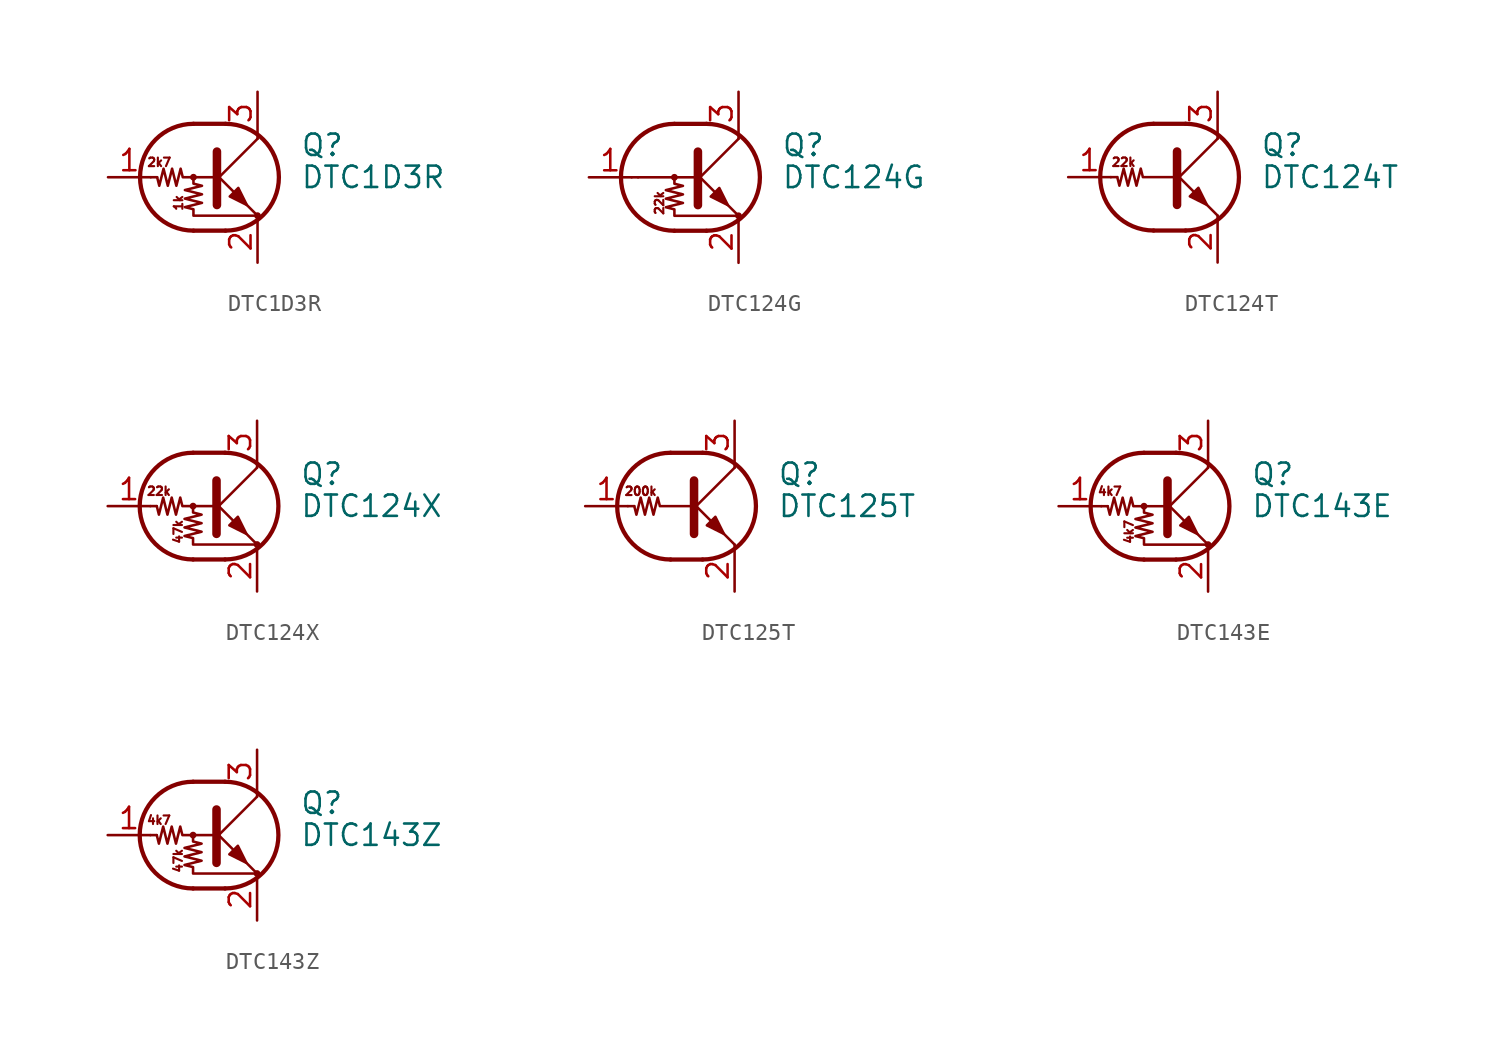
<source format=kicad_sym>
(kicad_symbol_lib
  (version 20201005)
  (generator kicad_symbol_editor)
  (symbol "Transistor_BJT:DTC1D3R"
    (pin_names
      (offset 0) hide)
    (property "Reference" "Q"
      (at 5.08 1.905 0)
      (effects (font (size 1.27 1.27)) (justify left)))
    (property "Value" "DTC1D3R"
      (at 5.08 0 0)
      (effects (font (size 1.27 1.27)) (justify left)))
    (symbol "DTC1D3R_0_0"
      (text "1k" (at -2.159 -1.524 900) (effects (font (size 0.508 0.508))))
      (text "2k7" (at -3.302 0.889 0) (effects (font (size 0.508 0.508)))))
    (symbol "DTC1D3R_0_1"
      (arc (start -1.27 3.175) (end -1.27 -3.175) (radius (at -1.27 0) (length 3.175) (angles 90.1 -90.1)) (stroke (width 0.254)) (fill (type none)))
      (arc (start 0.635 -3.175) (end 0.635 3.175) (radius (at 0.635 0) (length 3.175) (angles -89.9 89.9)) (stroke (width 0.254)) (fill (type none)))
      (circle (center -1.27 0) (radius 0.127) (stroke (width 0)) (fill (type none)))
      (circle (center 2.54 -2.286) (radius 0.127) (stroke (width 0)) (fill (type none)))
      (polyline (pts (xy -3.429 0) (xy -3.81 0)) (stroke (width 0)) (fill (type none)))
      (polyline (pts (xy -1.27 -3.175) (xy 0.635 -3.175)) (stroke (width 0.254)) (fill (type none)))
      (polyline (pts (xy -1.27 3.175) (xy 0.635 3.175)) (stroke (width 0.254)) (fill (type none)))
      (polyline (pts (xy 0 -0.254) (xy 2.54 2.286)) (stroke (width 0)) (fill (type none)))
      (polyline (pts (xy 0.127 1.524) (xy 0.127 -1.651)) (stroke (width 0.508)) (fill (type outline)))
      (polyline (pts (xy 2.54 2.286) (xy 2.54 2.54)) (stroke (width 0)) (fill (type none)))
      (polyline (pts (xy 2.54 -2.286) (xy 0 0.254) (xy 0 0.254)) (stroke (width 0)) (fill (type none)))
      (polyline (pts (xy 0.889 -1.143) (xy 1.397 -0.635) (xy 1.905 -1.651) (xy 0.889 -1.143)) (stroke (width 0)) (fill (type outline)))
      (polyline (pts (xy 0 0) (xy -1.905 0) (xy -2.032 0.508) (xy -2.286 -0.508) (xy -2.54 0.508) (xy -2.794 -0.508) (xy -3.048 0.508) (xy -3.302 -0.508) (xy -3.429 0)) (stroke (width 0)) (fill (type none)))
      (polyline (pts (xy -1.27 0) (xy -1.27 -0.381) (xy -0.762 -0.508) (xy -1.778 -0.762) (xy -0.762 -1.016) (xy -1.778 -1.27) (xy -0.762 -1.524) (xy -1.778 -1.778) (xy -1.27 -1.905) (xy -1.27 -2.286) (xy 2.54 -2.286)) (stroke (width 0)) (fill (type none))))
    (symbol "DTC1D3R_1_1"
      (pin input line (at -6.35 0 0) (length 2.54) (name "B" (effects (font (size 1.27 1.27)))) (number "1" (effects (font (size 1.27 1.27)))))
      (pin passive line (at 2.54 -5.08 90) (length 2.54) (name "E" (effects (font (size 1.27 1.27)))) (number "2" (effects (font (size 1.27 1.27)))))
      (pin passive line (at 2.54 5.08 270) (length 2.54) (name "C" (effects (font (size 1.27 1.27)))) (number "3" (effects (font (size 1.27 1.27)))))))
  (symbol "Transistor_BJT:DTC124G"
    (pin_names
      (offset 0) hide)
    (property "Reference" "Q"
      (at 5.08 1.905 0)
      (effects (font (size 1.27 1.27)) (justify left)))
    (property "Value" "DTC124G"
      (at 5.08 0 0)
      (effects (font (size 1.27 1.27)) (justify left)))
    (symbol "DTC124G_0_0"
      (text "22k" (at -2.159 -1.524 900) (effects (font (size 0.508 0.508))))
      (polyline (pts (xy -3.429 0) (xy 0 0)) (stroke (width 0)) (fill (type none))))
    (symbol "DTC124G_0_1"
      (arc (start -1.27 3.175) (end -1.27 -3.175) (radius (at -1.27 0) (length 3.175) (angles 90.1 -90.1)) (stroke (width 0.254)) (fill (type none)))
      (arc (start 0.635 -3.175) (end 0.635 3.175) (radius (at 0.635 0) (length 3.175) (angles -89.9 89.9)) (stroke (width 0.254)) (fill (type none)))
      (circle (center -1.27 0) (radius 0.127) (stroke (width 0)) (fill (type none)))
      (circle (center 2.54 -2.286) (radius 0.127) (stroke (width 0)) (fill (type none)))
      (polyline (pts (xy -3.429 0) (xy -3.81 0)) (stroke (width 0)) (fill (type none)))
      (polyline (pts (xy -1.27 -3.175) (xy 0.635 -3.175)) (stroke (width 0.254)) (fill (type none)))
      (polyline (pts (xy -1.27 3.175) (xy 0.635 3.175)) (stroke (width 0.254)) (fill (type none)))
      (polyline (pts (xy 0 -0.254) (xy 2.54 2.286)) (stroke (width 0)) (fill (type none)))
      (polyline (pts (xy 0.127 1.524) (xy 0.127 -1.651)) (stroke (width 0.508)) (fill (type outline)))
      (polyline (pts (xy 2.54 2.286) (xy 2.54 2.54)) (stroke (width 0)) (fill (type none)))
      (polyline (pts (xy 2.54 -2.286) (xy 0 0.254) (xy 0 0.254)) (stroke (width 0)) (fill (type none)))
      (polyline (pts (xy 0.889 -1.143) (xy 1.397 -0.635) (xy 1.905 -1.651) (xy 0.889 -1.143)) (stroke (width 0)) (fill (type outline)))
      (polyline (pts (xy -1.27 0) (xy -1.27 -0.381) (xy -0.762 -0.508) (xy -1.778 -0.762) (xy -0.762 -1.016) (xy -1.778 -1.27) (xy -0.762 -1.524) (xy -1.778 -1.778) (xy -1.27 -1.905) (xy -1.27 -2.286) (xy 2.54 -2.286)) (stroke (width 0)) (fill (type none))))
    (symbol "DTC124G_1_1"
      (pin input line (at -6.35 0 0) (length 2.54) (name "B" (effects (font (size 1.27 1.27)))) (number "1" (effects (font (size 1.27 1.27)))))
      (pin passive line (at 2.54 -5.08 90) (length 2.54) (name "E" (effects (font (size 1.27 1.27)))) (number "2" (effects (font (size 1.27 1.27)))))
      (pin passive line (at 2.54 5.08 270) (length 2.54) (name "C" (effects (font (size 1.27 1.27)))) (number "3" (effects (font (size 1.27 1.27)))))))
  (symbol "Transistor_BJT:DTC124T"
    (pin_names
      (offset 0) hide)
    (property "Reference" "Q"
      (at 5.08 1.905 0)
      (effects (font (size 1.27 1.27)) (justify left)))
    (property "Value" "DTC124T"
      (at 5.08 0 0)
      (effects (font (size 1.27 1.27)) (justify left)))
    (symbol "DTC124T_0_0"
      (text "22k" (at -3.048 0.889 0) (effects (font (size 0.508 0.508))))
      (polyline (pts (xy 2.54 -2.286) (xy 2.54 -2.54)) (stroke (width 0)) (fill (type none))))
    (symbol "DTC124T_0_1"
      (arc (start -1.27 3.175) (end -1.27 -3.175) (radius (at -1.27 0) (length 3.175) (angles 90.1 -90.1)) (stroke (width 0.254)) (fill (type none)))
      (arc (start 0.635 -3.175) (end 0.635 3.175) (radius (at 0.635 0) (length 3.175) (angles -89.9 89.9)) (stroke (width 0.254)) (fill (type none)))
      (polyline (pts (xy -3.429 0) (xy -3.81 0)) (stroke (width 0)) (fill (type none)))
      (polyline (pts (xy -1.27 -3.175) (xy 0.635 -3.175)) (stroke (width 0.254)) (fill (type none)))
      (polyline (pts (xy -1.27 3.175) (xy 0.635 3.175)) (stroke (width 0.254)) (fill (type none)))
      (polyline (pts (xy 0 -0.254) (xy 2.54 2.286)) (stroke (width 0)) (fill (type none)))
      (polyline (pts (xy 0.127 1.524) (xy 0.127 -1.651)) (stroke (width 0.508)) (fill (type outline)))
      (polyline (pts (xy 2.54 2.286) (xy 2.54 2.54)) (stroke (width 0)) (fill (type none)))
      (polyline (pts (xy 2.54 -2.286) (xy 0 0.254) (xy 0 0.254)) (stroke (width 0)) (fill (type none)))
      (polyline (pts (xy 0.889 -1.143) (xy 1.397 -0.635) (xy 1.905 -1.651) (xy 0.889 -1.143)) (stroke (width 0)) (fill (type outline)))
      (polyline (pts (xy 0 0) (xy -1.905 0) (xy -2.032 0.508) (xy -2.286 -0.508) (xy -2.54 0.508) (xy -2.794 -0.508) (xy -3.048 0.508) (xy -3.302 -0.508) (xy -3.429 0)) (stroke (width 0)) (fill (type none))))
    (symbol "DTC124T_1_1"
      (pin input line (at -6.35 0 0) (length 2.54) (name "B" (effects (font (size 1.27 1.27)))) (number "1" (effects (font (size 1.27 1.27)))))
      (pin passive line (at 2.54 -5.08 90) (length 2.54) (name "E" (effects (font (size 1.27 1.27)))) (number "2" (effects (font (size 1.27 1.27)))))
      (pin passive line (at 2.54 5.08 270) (length 2.54) (name "C" (effects (font (size 1.27 1.27)))) (number "3" (effects (font (size 1.27 1.27)))))))
  (symbol "Transistor_BJT:DTC124X"
    (pin_names
      (offset 0) hide)
    (property "Reference" "Q"
      (at 5.08 1.905 0)
      (effects (font (size 1.27 1.27)) (justify left)))
    (property "Value" "DTC124X"
      (at 5.08 0 0)
      (effects (font (size 1.27 1.27)) (justify left)))
    (symbol "DTC124X_0_0"
      (text "22k" (at -3.302 0.889 0) (effects (font (size 0.508 0.508))))
      (text "47k" (at -2.159 -1.524 900) (effects (font (size 0.508 0.508)))))
    (symbol "DTC124X_0_1"
      (arc (start -1.27 3.175) (end -1.27 -3.175) (radius (at -1.27 0) (length 3.175) (angles 90.1 -90.1)) (stroke (width 0.254)) (fill (type none)))
      (arc (start 0.635 -3.175) (end 0.635 3.175) (radius (at 0.635 0) (length 3.175) (angles -89.9 89.9)) (stroke (width 0.254)) (fill (type none)))
      (circle (center -1.27 0) (radius 0.127) (stroke (width 0)) (fill (type none)))
      (circle (center 2.54 -2.286) (radius 0.127) (stroke (width 0)) (fill (type none)))
      (polyline (pts (xy -3.429 0) (xy -3.81 0)) (stroke (width 0)) (fill (type none)))
      (polyline (pts (xy -1.27 -3.175) (xy 0.635 -3.175)) (stroke (width 0.254)) (fill (type none)))
      (polyline (pts (xy -1.27 3.175) (xy 0.635 3.175)) (stroke (width 0.254)) (fill (type none)))
      (polyline (pts (xy 0 -0.254) (xy 2.54 2.286)) (stroke (width 0)) (fill (type none)))
      (polyline (pts (xy 0.127 1.524) (xy 0.127 -1.651)) (stroke (width 0.508)) (fill (type outline)))
      (polyline (pts (xy 2.54 2.286) (xy 2.54 2.54)) (stroke (width 0)) (fill (type none)))
      (polyline (pts (xy 2.54 -2.286) (xy 0 0.254) (xy 0 0.254)) (stroke (width 0)) (fill (type none)))
      (polyline (pts (xy 0.889 -1.143) (xy 1.397 -0.635) (xy 1.905 -1.651) (xy 0.889 -1.143)) (stroke (width 0)) (fill (type outline)))
      (polyline (pts (xy 0 0) (xy -1.905 0) (xy -2.032 0.508) (xy -2.286 -0.508) (xy -2.54 0.508) (xy -2.794 -0.508) (xy -3.048 0.508) (xy -3.302 -0.508) (xy -3.429 0)) (stroke (width 0)) (fill (type none)))
      (polyline (pts (xy -1.27 0) (xy -1.27 -0.381) (xy -0.762 -0.508) (xy -1.778 -0.762) (xy -0.762 -1.016) (xy -1.778 -1.27) (xy -0.762 -1.524) (xy -1.778 -1.778) (xy -1.27 -1.905) (xy -1.27 -2.286) (xy 2.54 -2.286)) (stroke (width 0)) (fill (type none))))
    (symbol "DTC124X_1_1"
      (pin input line (at -6.35 0 0) (length 2.54) (name "B" (effects (font (size 1.27 1.27)))) (number "1" (effects (font (size 1.27 1.27)))))
      (pin passive line (at 2.54 -5.08 90) (length 2.54) (name "E" (effects (font (size 1.27 1.27)))) (number "2" (effects (font (size 1.27 1.27)))))
      (pin passive line (at 2.54 5.08 270) (length 2.54) (name "C" (effects (font (size 1.27 1.27)))) (number "3" (effects (font (size 1.27 1.27)))))))
  (symbol "Transistor_BJT:DTC125T"
    (pin_names
      (offset 0) hide)
    (property "Reference" "Q"
      (at 5.08 1.905 0)
      (effects (font (size 1.27 1.27)) (justify left)))
    (property "Value" "DTC125T"
      (at 5.08 0 0)
      (effects (font (size 1.27 1.27)) (justify left)))
    (symbol "DTC125T_0_0"
      (text "200k" (at -3.048 0.889 0) (effects (font (size 0.508 0.508))))
      (polyline (pts (xy 2.54 -2.286) (xy 2.54 -2.54)) (stroke (width 0)) (fill (type none))))
    (symbol "DTC125T_0_1"
      (arc (start -1.27 3.175) (end -1.27 -3.175) (radius (at -1.27 0) (length 3.175) (angles 90.1 -90.1)) (stroke (width 0.254)) (fill (type none)))
      (arc (start 0.635 -3.175) (end 0.635 3.175) (radius (at 0.635 0) (length 3.175) (angles -89.9 89.9)) (stroke (width 0.254)) (fill (type none)))
      (polyline (pts (xy -3.429 0) (xy -3.81 0)) (stroke (width 0)) (fill (type none)))
      (polyline (pts (xy -1.27 -3.175) (xy 0.635 -3.175)) (stroke (width 0.254)) (fill (type none)))
      (polyline (pts (xy -1.27 3.175) (xy 0.635 3.175)) (stroke (width 0.254)) (fill (type none)))
      (polyline (pts (xy 0 -0.254) (xy 2.54 2.286)) (stroke (width 0)) (fill (type none)))
      (polyline (pts (xy 0.127 1.524) (xy 0.127 -1.651)) (stroke (width 0.508)) (fill (type outline)))
      (polyline (pts (xy 2.54 2.286) (xy 2.54 2.54)) (stroke (width 0)) (fill (type none)))
      (polyline (pts (xy 2.54 -2.286) (xy 0 0.254) (xy 0 0.254)) (stroke (width 0)) (fill (type none)))
      (polyline (pts (xy 0.889 -1.143) (xy 1.397 -0.635) (xy 1.905 -1.651) (xy 0.889 -1.143)) (stroke (width 0)) (fill (type outline)))
      (polyline (pts (xy 0 0) (xy -1.905 0) (xy -2.032 0.508) (xy -2.286 -0.508) (xy -2.54 0.508) (xy -2.794 -0.508) (xy -3.048 0.508) (xy -3.302 -0.508) (xy -3.429 0)) (stroke (width 0)) (fill (type none))))
    (symbol "DTC125T_1_1"
      (pin input line (at -6.35 0 0) (length 2.54) (name "B" (effects (font (size 1.27 1.27)))) (number "1" (effects (font (size 1.27 1.27)))))
      (pin passive line (at 2.54 -5.08 90) (length 2.54) (name "E" (effects (font (size 1.27 1.27)))) (number "2" (effects (font (size 1.27 1.27)))))
      (pin passive line (at 2.54 5.08 270) (length 2.54) (name "C" (effects (font (size 1.27 1.27)))) (number "3" (effects (font (size 1.27 1.27)))))))
  (symbol "Transistor_BJT:DTC143E"
    (pin_names
      (offset 0) hide)
    (property "Reference" "Q"
      (at 5.08 1.905 0)
      (effects (font (size 1.27 1.27)) (justify left)))
    (property "Value" "DTC143E"
      (at 5.08 0 0)
      (effects (font (size 1.27 1.27)) (justify left)))
    (symbol "DTC143E_0_0"
      (text "4k7" (at -3.302 0.889 0) (effects (font (size 0.508 0.508))))
      (text "4k7" (at -2.159 -1.524 900) (effects (font (size 0.508 0.508)))))
    (symbol "DTC143E_0_1"
      (arc (start -1.27 3.175) (end -1.27 -3.175) (radius (at -1.27 0) (length 3.175) (angles 90.1 -90.1)) (stroke (width 0.254)) (fill (type none)))
      (arc (start 0.635 -3.175) (end 0.635 3.175) (radius (at 0.635 0) (length 3.175) (angles -89.9 89.9)) (stroke (width 0.254)) (fill (type none)))
      (circle (center -1.27 0) (radius 0.127) (stroke (width 0)) (fill (type none)))
      (circle (center 2.54 -2.286) (radius 0.127) (stroke (width 0)) (fill (type none)))
      (polyline (pts (xy -3.429 0) (xy -3.81 0)) (stroke (width 0)) (fill (type none)))
      (polyline (pts (xy -1.27 -3.175) (xy 0.635 -3.175)) (stroke (width 0.254)) (fill (type none)))
      (polyline (pts (xy -1.27 3.175) (xy 0.635 3.175)) (stroke (width 0.254)) (fill (type none)))
      (polyline (pts (xy 0 -0.254) (xy 2.54 2.286)) (stroke (width 0)) (fill (type none)))
      (polyline (pts (xy 0.127 1.524) (xy 0.127 -1.651)) (stroke (width 0.508)) (fill (type outline)))
      (polyline (pts (xy 2.54 2.286) (xy 2.54 2.54)) (stroke (width 0)) (fill (type none)))
      (polyline (pts (xy 2.54 -2.286) (xy 0 0.254) (xy 0 0.254)) (stroke (width 0)) (fill (type none)))
      (polyline (pts (xy 0.889 -1.143) (xy 1.397 -0.635) (xy 1.905 -1.651) (xy 0.889 -1.143)) (stroke (width 0)) (fill (type outline)))
      (polyline (pts (xy 0 0) (xy -1.905 0) (xy -2.032 0.508) (xy -2.286 -0.508) (xy -2.54 0.508) (xy -2.794 -0.508) (xy -3.048 0.508) (xy -3.302 -0.508) (xy -3.429 0)) (stroke (width 0)) (fill (type none)))
      (polyline (pts (xy -1.27 0) (xy -1.27 -0.381) (xy -0.762 -0.508) (xy -1.778 -0.762) (xy -0.762 -1.016) (xy -1.778 -1.27) (xy -0.762 -1.524) (xy -1.778 -1.778) (xy -1.27 -1.905) (xy -1.27 -2.286) (xy 2.54 -2.286)) (stroke (width 0)) (fill (type none))))
    (symbol "DTC143E_1_1"
      (pin input line (at -6.35 0 0) (length 2.54) (name "B" (effects (font (size 1.27 1.27)))) (number "1" (effects (font (size 1.27 1.27)))))
      (pin passive line (at 2.54 -5.08 90) (length 2.54) (name "E" (effects (font (size 1.27 1.27)))) (number "2" (effects (font (size 1.27 1.27)))))
      (pin passive line (at 2.54 5.08 270) (length 2.54) (name "C" (effects (font (size 1.27 1.27)))) (number "3" (effects (font (size 1.27 1.27)))))))
  (symbol "Transistor_BJT:DTC143Z"
    (pin_names
      (offset 0) hide)
    (property "Reference" "Q"
      (at 5.08 1.905 0)
      (effects (font (size 1.27 1.27)) (justify left)))
    (property "Value" "DTC143Z"
      (at 5.08 0 0)
      (effects (font (size 1.27 1.27)) (justify left)))
    (symbol "DTC143Z_0_0"
      (text "47k" (at -2.159 -1.524 900) (effects (font (size 0.508 0.508))))
      (text "4k7" (at -3.302 0.889 0) (effects (font (size 0.508 0.508)))))
    (symbol "DTC143Z_0_1"
      (arc (start -1.27 3.175) (end -1.27 -3.175) (radius (at -1.27 0) (length 3.175) (angles 90.1 -90.1)) (stroke (width 0.254)) (fill (type none)))
      (arc (start 0.635 -3.175) (end 0.635 3.175) (radius (at 0.635 0) (length 3.175) (angles -89.9 89.9)) (stroke (width 0.254)) (fill (type none)))
      (circle (center -1.27 0) (radius 0.127) (stroke (width 0)) (fill (type none)))
      (circle (center 2.54 -2.286) (radius 0.127) (stroke (width 0)) (fill (type none)))
      (polyline (pts (xy -3.429 0) (xy -3.81 0)) (stroke (width 0)) (fill (type none)))
      (polyline (pts (xy -1.27 -3.175) (xy 0.635 -3.175)) (stroke (width 0.254)) (fill (type none)))
      (polyline (pts (xy -1.27 3.175) (xy 0.635 3.175)) (stroke (width 0.254)) (fill (type none)))
      (polyline (pts (xy 0 -0.254) (xy 2.54 2.286)) (stroke (width 0)) (fill (type none)))
      (polyline (pts (xy 0.127 1.524) (xy 0.127 -1.651)) (stroke (width 0.508)) (fill (type outline)))
      (polyline (pts (xy 2.54 2.286) (xy 2.54 2.54)) (stroke (width 0)) (fill (type none)))
      (polyline (pts (xy 2.54 -2.286) (xy 0 0.254) (xy 0 0.254)) (stroke (width 0)) (fill (type none)))
      (polyline (pts (xy 0.889 -1.143) (xy 1.397 -0.635) (xy 1.905 -1.651) (xy 0.889 -1.143)) (stroke (width 0)) (fill (type outline)))
      (polyline (pts (xy 0 0) (xy -1.905 0) (xy -2.032 0.508) (xy -2.286 -0.508) (xy -2.54 0.508) (xy -2.794 -0.508) (xy -3.048 0.508) (xy -3.302 -0.508) (xy -3.429 0)) (stroke (width 0)) (fill (type none)))
      (polyline (pts (xy -1.27 0) (xy -1.27 -0.381) (xy -0.762 -0.508) (xy -1.778 -0.762) (xy -0.762 -1.016) (xy -1.778 -1.27) (xy -0.762 -1.524) (xy -1.778 -1.778) (xy -1.27 -1.905) (xy -1.27 -2.286) (xy 2.54 -2.286)) (stroke (width 0)) (fill (type none))))
    (symbol "DTC143Z_1_1"
      (pin input line (at -6.35 0 0) (length 2.54) (name "B" (effects (font (size 1.27 1.27)))) (number "1" (effects (font (size 1.27 1.27)))))
      (pin passive line (at 2.54 -5.08 90) (length 2.54) (name "E" (effects (font (size 1.27 1.27)))) (number "2" (effects (font (size 1.27 1.27)))))
      (pin passive line (at 2.54 5.08 270) (length 2.54) (name "C" (effects (font (size 1.27 1.27)))) (number "3" (effects (font (size 1.27 1.27))))))))
</source>
